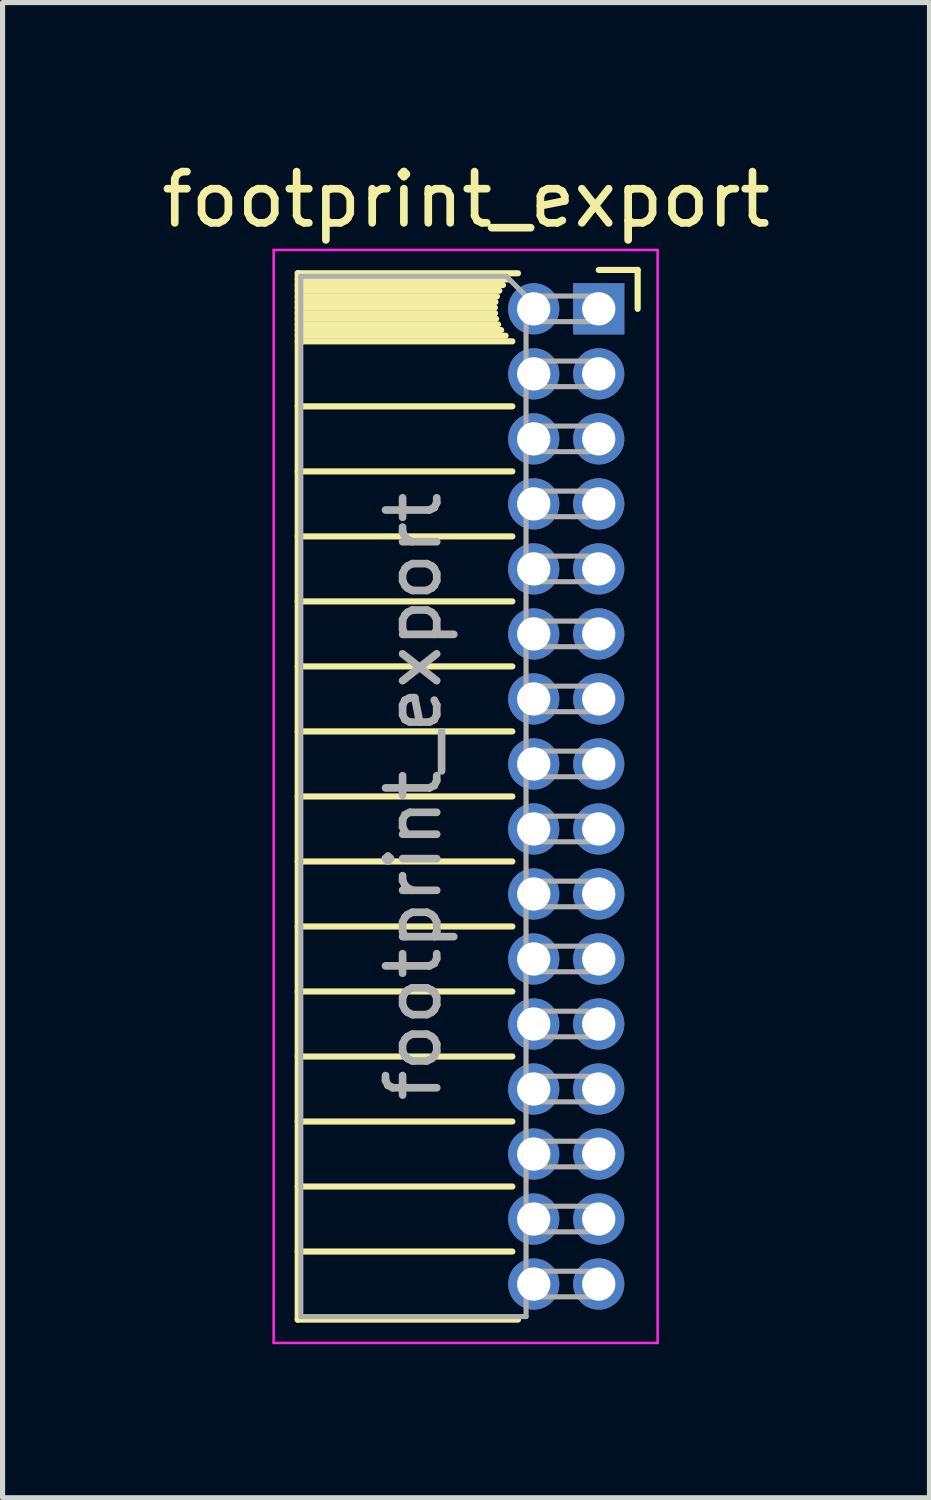
<source format=kicad_pcb>
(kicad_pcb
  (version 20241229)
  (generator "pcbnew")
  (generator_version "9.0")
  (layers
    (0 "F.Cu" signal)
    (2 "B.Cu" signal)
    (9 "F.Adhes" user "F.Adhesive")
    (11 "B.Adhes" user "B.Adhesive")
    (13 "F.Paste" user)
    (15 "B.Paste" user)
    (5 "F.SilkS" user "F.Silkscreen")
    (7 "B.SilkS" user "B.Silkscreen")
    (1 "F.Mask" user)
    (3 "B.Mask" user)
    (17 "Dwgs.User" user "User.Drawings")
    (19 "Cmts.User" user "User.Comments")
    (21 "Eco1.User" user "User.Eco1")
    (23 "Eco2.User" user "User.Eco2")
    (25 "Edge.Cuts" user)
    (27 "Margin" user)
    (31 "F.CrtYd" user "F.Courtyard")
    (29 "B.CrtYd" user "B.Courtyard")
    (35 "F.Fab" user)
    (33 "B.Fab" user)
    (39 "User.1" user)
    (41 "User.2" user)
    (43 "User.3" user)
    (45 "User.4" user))
  (footprint "footprint_export"
    (layer "F.Cu")
    (at 8.646 2.983)
    (property "Reference" "footprint_export" (at -2.592 -2.135 0) (layer "F.SilkS") (effects (font (size 1 1) (thickness 0.15))))
    (attr through_hole)
    (fp_line (start -5.88 -0.695) (end -5.88 19.745) (stroke (width 0.12) (type solid)) (layer "F.SilkS"))
    (fp_line (start -5.88 -0.695) (end -1.578 -0.695) (stroke (width 0.12) (type solid)) (layer "F.SilkS"))
    (fp_line (start -5.88 -0.575) (end -1.767 -0.575) (stroke (width 0.12) (type solid)) (layer "F.SilkS"))
    (fp_line (start -5.88 -0.465) (end -1.871 -0.465) (stroke (width 0.12) (type solid)) (layer "F.SilkS"))
    (fp_line (start -5.88 -0.355) (end -1.942 -0.355) (stroke (width 0.12) (type solid)) (layer "F.SilkS"))
    (fp_line (start -5.88 -0.245) (end -1.989 -0.245) (stroke (width 0.12) (type solid)) (layer "F.SilkS"))
    (fp_line (start -5.88 -0.135) (end -2.018 -0.135) (stroke (width 0.12) (type solid)) (layer "F.SilkS"))
    (fp_line (start -5.88 -0.025) (end -2.03 -0.025) (stroke (width 0.12) (type solid)) (layer "F.SilkS"))
    (fp_line (start -5.88 0.085) (end -2.025 0.085) (stroke (width 0.12) (type solid)) (layer "F.SilkS"))
    (fp_line (start -5.88 0.195) (end -2.005 0.195) (stroke (width 0.12) (type solid)) (layer "F.SilkS"))
    (fp_line (start -5.88 0.305) (end -1.966 0.305) (stroke (width 0.12) (type solid)) (layer "F.SilkS"))
    (fp_line (start -5.88 0.415) (end -1.907 0.415) (stroke (width 0.12) (type solid)) (layer "F.SilkS"))
    (fp_line (start -5.88 0.525) (end -1.82 0.525) (stroke (width 0.12) (type solid)) (layer "F.SilkS"))
    (fp_line (start -5.88 0.635) (end -1.688 0.635) (stroke (width 0.12) (type solid)) (layer "F.SilkS"))
    (fp_line (start -5.88 1.905) (end -1.688 1.905) (stroke (width 0.12) (type solid)) (layer "F.SilkS"))
    (fp_line (start -5.88 3.175) (end -1.688 3.175) (stroke (width 0.12) (type solid)) (layer "F.SilkS"))
    (fp_line (start -5.88 4.445) (end -1.688 4.445) (stroke (width 0.12) (type solid)) (layer "F.SilkS"))
    (fp_line (start -5.88 5.715) (end -1.688 5.715) (stroke (width 0.12) (type solid)) (layer "F.SilkS"))
    (fp_line (start -5.88 6.985) (end -1.688 6.985) (stroke (width 0.12) (type solid)) (layer "F.SilkS"))
    (fp_line (start -5.88 8.255) (end -1.688 8.255) (stroke (width 0.12) (type solid)) (layer "F.SilkS"))
    (fp_line (start -5.88 9.525) (end -1.688 9.525) (stroke (width 0.12) (type solid)) (layer "F.SilkS"))
    (fp_line (start -5.88 10.795) (end -1.688 10.795) (stroke (width 0.12) (type solid)) (layer "F.SilkS"))
    (fp_line (start -5.88 12.065) (end -1.688 12.065) (stroke (width 0.12) (type solid)) (layer "F.SilkS"))
    (fp_line (start -5.88 13.335) (end -1.688 13.335) (stroke (width 0.12) (type solid)) (layer "F.SilkS"))
    (fp_line (start -5.88 14.605) (end -1.688 14.605) (stroke (width 0.12) (type solid)) (layer "F.SilkS"))
    (fp_line (start -5.88 15.875) (end -1.688 15.875) (stroke (width 0.12) (type solid)) (layer "F.SilkS"))
    (fp_line (start -5.88 17.145) (end -1.688 17.145) (stroke (width 0.12) (type solid)) (layer "F.SilkS"))
    (fp_line (start -5.88 18.415) (end -1.688 18.415) (stroke (width 0.12) (type solid)) (layer "F.SilkS"))
    (fp_line (start -5.88 19.745) (end -1.578 19.745) (stroke (width 0.12) (type solid)) (layer "F.SilkS"))
    (fp_line (start 0 -0.76) (end 0.76 -0.76) (stroke (width 0.12) (type solid)) (layer "F.SilkS"))
    (fp_line (start 0.76 -0.76) (end 0.76 0) (stroke (width 0.12) (type solid)) (layer "F.SilkS"))
    (fp_line (start -6.35 -1.15) (end -6.35 20.2) (stroke (width 0.05) (type solid)) (layer "F.CrtYd"))
    (fp_line (start -6.35 20.2) (end 1.15 20.2) (stroke (width 0.05) (type solid)) (layer "F.CrtYd"))
    (fp_line (start 1.15 -1.15) (end -6.35 -1.15) (stroke (width 0.05) (type solid)) (layer "F.CrtYd"))
    (fp_line (start 1.15 20.2) (end 1.15 -1.15) (stroke (width 0.05) (type solid)) (layer "F.CrtYd"))
    (fp_line (start -5.82 -0.635) (end -1.805 -0.635) (stroke (width 0.1) (type solid)) (layer "F.Fab"))
    (fp_line (start -5.82 19.685) (end -5.82 -0.635) (stroke (width 0.1) (type solid)) (layer "F.Fab"))
    (fp_line (start -1.805 -0.635) (end -1.42 -0.25) (stroke (width 0.1) (type solid)) (layer "F.Fab"))
    (fp_line (start -1.42 -0.25) (end -1.42 19.685) (stroke (width 0.1) (type solid)) (layer "F.Fab"))
    (fp_line (start -1.42 0.25) (end 0 0.25) (stroke (width 0.1) (type solid)) (layer "F.Fab"))
    (fp_line (start -1.42 1.52) (end 0 1.52) (stroke (width 0.1) (type solid)) (layer "F.Fab"))
    (fp_line (start -1.42 2.79) (end 0 2.79) (stroke (width 0.1) (type solid)) (layer "F.Fab"))
    (fp_line (start -1.42 4.06) (end 0 4.06) (stroke (width 0.1) (type solid)) (layer "F.Fab"))
    (fp_line (start -1.42 5.33) (end 0 5.33) (stroke (width 0.1) (type solid)) (layer "F.Fab"))
    (fp_line (start -1.42 6.6) (end 0 6.6) (stroke (width 0.1) (type solid)) (layer "F.Fab"))
    (fp_line (start -1.42 7.87) (end 0 7.87) (stroke (width 0.1) (type solid)) (layer "F.Fab"))
    (fp_line (start -1.42 9.14) (end 0 9.14) (stroke (width 0.1) (type solid)) (layer "F.Fab"))
    (fp_line (start -1.42 10.41) (end 0 10.41) (stroke (width 0.1) (type solid)) (layer "F.Fab"))
    (fp_line (start -1.42 11.68) (end 0 11.68) (stroke (width 0.1) (type solid)) (layer "F.Fab"))
    (fp_line (start -1.42 12.95) (end 0 12.95) (stroke (width 0.1) (type solid)) (layer "F.Fab"))
    (fp_line (start -1.42 14.22) (end 0 14.22) (stroke (width 0.1) (type solid)) (layer "F.Fab"))
    (fp_line (start -1.42 15.49) (end 0 15.49) (stroke (width 0.1) (type solid)) (layer "F.Fab"))
    (fp_line (start -1.42 16.76) (end 0 16.76) (stroke (width 0.1) (type solid)) (layer "F.Fab"))
    (fp_line (start -1.42 18.03) (end 0 18.03) (stroke (width 0.1) (type solid)) (layer "F.Fab"))
    (fp_line (start -1.42 19.3) (end 0 19.3) (stroke (width 0.1) (type solid)) (layer "F.Fab"))
    (fp_line (start -1.42 19.685) (end -5.82 19.685) (stroke (width 0.1) (type solid)) (layer "F.Fab"))
    (fp_line (start 0 -0.25) (end -1.42 -0.25) (stroke (width 0.1) (type solid)) (layer "F.Fab"))
    (fp_line (start 0 0.25) (end 0 -0.25) (stroke (width 0.1) (type solid)) (layer "F.Fab"))
    (fp_line (start 0 1.02) (end -1.42 1.02) (stroke (width 0.1) (type solid)) (layer "F.Fab"))
    (fp_line (start 0 1.52) (end 0 1.02) (stroke (width 0.1) (type solid)) (layer "F.Fab"))
    (fp_line (start 0 2.29) (end -1.42 2.29) (stroke (width 0.1) (type solid)) (layer "F.Fab"))
    (fp_line (start 0 2.79) (end 0 2.29) (stroke (width 0.1) (type solid)) (layer "F.Fab"))
    (fp_line (start 0 3.56) (end -1.42 3.56) (stroke (width 0.1) (type solid)) (layer "F.Fab"))
    (fp_line (start 0 4.06) (end 0 3.56) (stroke (width 0.1) (type solid)) (layer "F.Fab"))
    (fp_line (start 0 4.83) (end -1.42 4.83) (stroke (width 0.1) (type solid)) (layer "F.Fab"))
    (fp_line (start 0 5.33) (end 0 4.83) (stroke (width 0.1) (type solid)) (layer "F.Fab"))
    (fp_line (start 0 6.1) (end -1.42 6.1) (stroke (width 0.1) (type solid)) (layer "F.Fab"))
    (fp_line (start 0 6.6) (end 0 6.1) (stroke (width 0.1) (type solid)) (layer "F.Fab"))
    (fp_line (start 0 7.37) (end -1.42 7.37) (stroke (width 0.1) (type solid)) (layer "F.Fab"))
    (fp_line (start 0 7.87) (end 0 7.37) (stroke (width 0.1) (type solid)) (layer "F.Fab"))
    (fp_line (start 0 8.64) (end -1.42 8.64) (stroke (width 0.1) (type solid)) (layer "F.Fab"))
    (fp_line (start 0 9.14) (end 0 8.64) (stroke (width 0.1) (type solid)) (layer "F.Fab"))
    (fp_line (start 0 9.91) (end -1.42 9.91) (stroke (width 0.1) (type solid)) (layer "F.Fab"))
    (fp_line (start 0 10.41) (end 0 9.91) (stroke (width 0.1) (type solid)) (layer "F.Fab"))
    (fp_line (start 0 11.18) (end -1.42 11.18) (stroke (width 0.1) (type solid)) (layer "F.Fab"))
    (fp_line (start 0 11.68) (end 0 11.18) (stroke (width 0.1) (type solid)) (layer "F.Fab"))
    (fp_line (start 0 12.45) (end -1.42 12.45) (stroke (width 0.1) (type solid)) (layer "F.Fab"))
    (fp_line (start 0 12.95) (end 0 12.45) (stroke (width 0.1) (type solid)) (layer "F.Fab"))
    (fp_line (start 0 13.72) (end -1.42 13.72) (stroke (width 0.1) (type solid)) (layer "F.Fab"))
    (fp_line (start 0 14.22) (end 0 13.72) (stroke (width 0.1) (type solid)) (layer "F.Fab"))
    (fp_line (start 0 14.99) (end -1.42 14.99) (stroke (width 0.1) (type solid)) (layer "F.Fab"))
    (fp_line (start 0 15.49) (end 0 14.99) (stroke (width 0.1) (type solid)) (layer "F.Fab"))
    (fp_line (start 0 16.26) (end -1.42 16.26) (stroke (width 0.1) (type solid)) (layer "F.Fab"))
    (fp_line (start 0 16.76) (end 0 16.26) (stroke (width 0.1) (type solid)) (layer "F.Fab"))
    (fp_line (start 0 17.53) (end -1.42 17.53) (stroke (width 0.1) (type solid)) (layer "F.Fab"))
    (fp_line (start 0 18.03) (end 0 17.53) (stroke (width 0.1) (type solid)) (layer "F.Fab"))
    (fp_line (start 0 18.8) (end -1.42 18.8) (stroke (width 0.1) (type solid)) (layer "F.Fab"))
    (fp_line (start 0 19.3) (end 0 18.8) (stroke (width 0.1) (type solid)) (layer "F.Fab"))
    (fp_text user "${REFERENCE}" (at -3.62 9.525 90) (layer "F.Fab") (effects (font (size 1 1) (thickness 0.15))))
    (pad "1" thru_hole rect (at 0 0) (size 1 1) (drill 0.65) (layers "*.Cu" "*.Mask"))
    (pad "2" thru_hole oval (at -1.27 0) (size 1 1) (drill 0.65) (layers "*.Cu" "*.Mask"))
    (pad "3" thru_hole oval (at 0 1.27) (size 1 1) (drill 0.65) (layers "*.Cu" "*.Mask"))
    (pad "4" thru_hole oval (at -1.27 1.27) (size 1 1) (drill 0.65) (layers "*.Cu" "*.Mask"))
    (pad "5" thru_hole oval (at 0 2.54) (size 1 1) (drill 0.65) (layers "*.Cu" "*.Mask"))
    (pad "6" thru_hole oval (at -1.27 2.54) (size 1 1) (drill 0.65) (layers "*.Cu" "*.Mask"))
    (pad "7" thru_hole oval (at 0 3.81) (size 1 1) (drill 0.65) (layers "*.Cu" "*.Mask"))
    (pad "8" thru_hole oval (at -1.27 3.81) (size 1 1) (drill 0.65) (layers "*.Cu" "*.Mask"))
    (pad "9" thru_hole oval (at 0 5.08) (size 1 1) (drill 0.65) (layers "*.Cu" "*.Mask"))
    (pad "10" thru_hole oval (at -1.27 5.08) (size 1 1) (drill 0.65) (layers "*.Cu" "*.Mask"))
    (pad "11" thru_hole oval (at 0 6.35) (size 1 1) (drill 0.65) (layers "*.Cu" "*.Mask"))
    (pad "12" thru_hole oval (at -1.27 6.35) (size 1 1) (drill 0.65) (layers "*.Cu" "*.Mask"))
    (pad "13" thru_hole oval (at 0 7.62) (size 1 1) (drill 0.65) (layers "*.Cu" "*.Mask"))
    (pad "14" thru_hole oval (at -1.27 7.62) (size 1 1) (drill 0.65) (layers "*.Cu" "*.Mask"))
    (pad "15" thru_hole oval (at 0 8.89) (size 1 1) (drill 0.65) (layers "*.Cu" "*.Mask"))
    (pad "16" thru_hole oval (at -1.27 8.89) (size 1 1) (drill 0.65) (layers "*.Cu" "*.Mask"))
    (pad "17" thru_hole oval (at 0 10.16) (size 1 1) (drill 0.65) (layers "*.Cu" "*.Mask"))
    (pad "18" thru_hole oval (at -1.27 10.16) (size 1 1) (drill 0.65) (layers "*.Cu" "*.Mask"))
    (pad "19" thru_hole oval (at 0 11.43) (size 1 1) (drill 0.65) (layers "*.Cu" "*.Mask"))
    (pad "20" thru_hole oval (at -1.27 11.43) (size 1 1) (drill 0.65) (layers "*.Cu" "*.Mask"))
    (pad "21" thru_hole oval (at 0 12.7) (size 1 1) (drill 0.65) (layers "*.Cu" "*.Mask"))
    (pad "22" thru_hole oval (at -1.27 12.7) (size 1 1) (drill 0.65) (layers "*.Cu" "*.Mask"))
    (pad "23" thru_hole oval (at 0 13.97) (size 1 1) (drill 0.65) (layers "*.Cu" "*.Mask"))
    (pad "24" thru_hole oval (at -1.27 13.97) (size 1 1) (drill 0.65) (layers "*.Cu" "*.Mask"))
    (pad "25" thru_hole oval (at 0 15.24) (size 1 1) (drill 0.65) (layers "*.Cu" "*.Mask"))
    (pad "26" thru_hole oval (at -1.27 15.24) (size 1 1) (drill 0.65) (layers "*.Cu" "*.Mask"))
    (pad "27" thru_hole oval (at 0 16.51) (size 1 1) (drill 0.65) (layers "*.Cu" "*.Mask"))
    (pad "28" thru_hole oval (at -1.27 16.51) (size 1 1) (drill 0.65) (layers "*.Cu" "*.Mask"))
    (pad "29" thru_hole oval (at 0 17.78) (size 1 1) (drill 0.65) (layers "*.Cu" "*.Mask"))
    (pad "30" thru_hole oval (at -1.27 17.78) (size 1 1) (drill 0.65) (layers "*.Cu" "*.Mask"))
    (pad "31" thru_hole oval (at 0 19.05) (size 1 1) (drill 0.65) (layers "*.Cu" "*.Mask"))
    (pad "32" thru_hole oval (at -1.27 19.05) (size 1 1) (drill 0.65) (layers "*.Cu" "*.Mask")))
  (gr_rect
    (start -3 -3)
    (end 15.107 26.208)
    (stroke (width 0.1) (type default))
    (fill no)
    (layer "Edge.Cuts")))
</source>
